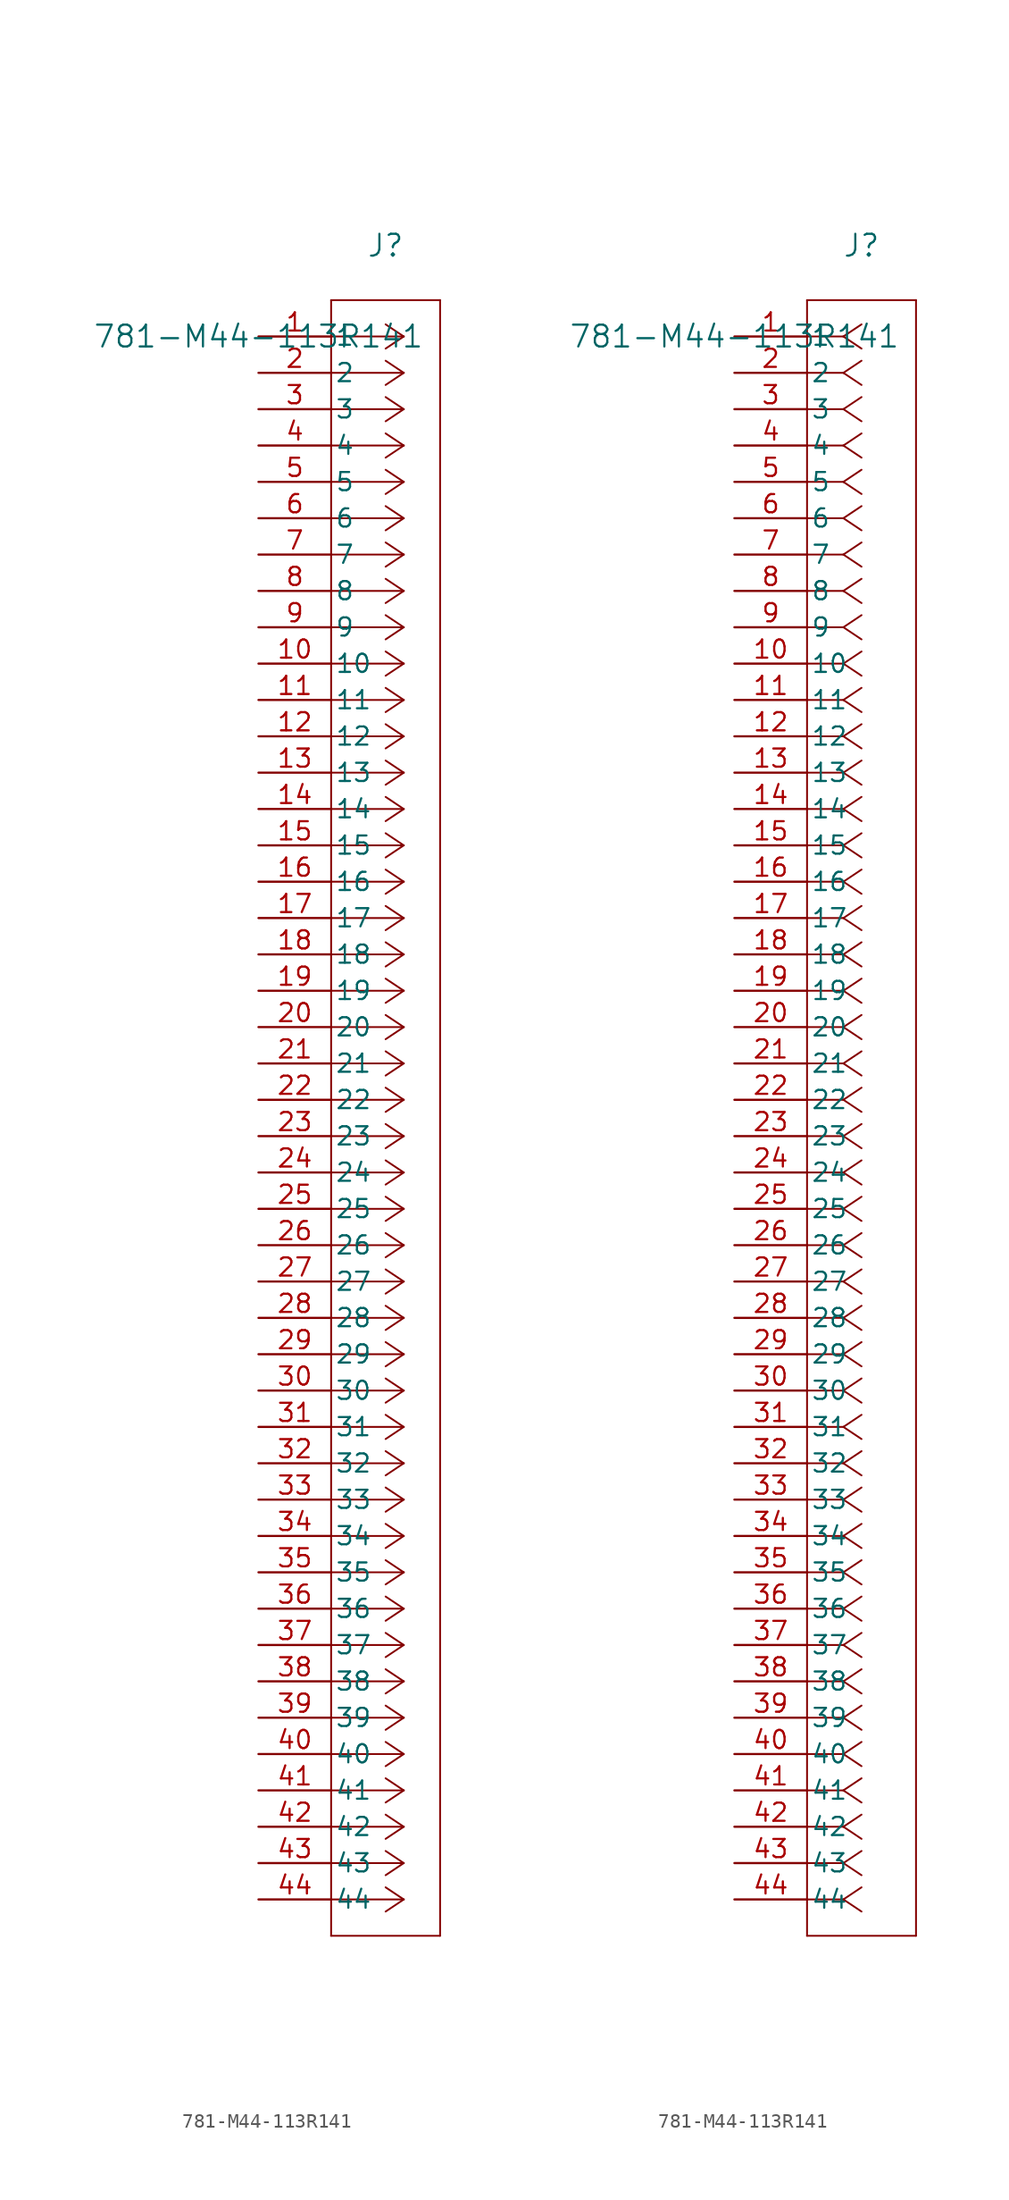
<source format=kicad_sym>
(kicad_symbol_lib
  (version 20231120)
  (generator "kicad_symbol_editor")
  (generator_version "8.0")
  (symbol "781-M44-113R141"
    (pin_names
      (offset 0.254))
    (property "Reference" "J"
      (at 8.89 6.35 0)
      (effects (font (size 1.524 1.524))))
    (property "Value" "781-M44-113R141"
      (at 0 0 0)
      (effects (font (size 1.524 1.524))))
    (property "ki_locked" ""
      (at 0 0 0)
      (effects (font (size 1.27 1.27))))
    (symbol "781-M44-113R141_1_1"
      (polyline (pts (xy 5.08 -111.76) (xy 12.7 -111.76)) (stroke (width 0.127) (type default)) (fill (type none)))
      (polyline (pts (xy 5.08 2.54) (xy 5.08 -111.76)) (stroke (width 0.127) (type default)) (fill (type none)))
      (polyline (pts (xy 10.16 -109.22) (xy 5.08 -109.22)) (stroke (width 0.127) (type default)) (fill (type none)))
      (polyline (pts (xy 10.16 -109.22) (xy 8.89 -110.067)) (stroke (width 0.127) (type default)) (fill (type none)))
      (polyline (pts (xy 10.16 -109.22) (xy 8.89 -108.373)) (stroke (width 0.127) (type default)) (fill (type none)))
      (polyline (pts (xy 10.16 -106.68) (xy 5.08 -106.68)) (stroke (width 0.127) (type default)) (fill (type none)))
      (polyline (pts (xy 10.16 -106.68) (xy 8.89 -107.527)) (stroke (width 0.127) (type default)) (fill (type none)))
      (polyline (pts (xy 10.16 -106.68) (xy 8.89 -105.833)) (stroke (width 0.127) (type default)) (fill (type none)))
      (polyline (pts (xy 10.16 -104.14) (xy 5.08 -104.14)) (stroke (width 0.127) (type default)) (fill (type none)))
      (polyline (pts (xy 10.16 -104.14) (xy 8.89 -104.987)) (stroke (width 0.127) (type default)) (fill (type none)))
      (polyline (pts (xy 10.16 -104.14) (xy 8.89 -103.293)) (stroke (width 0.127) (type default)) (fill (type none)))
      (polyline (pts (xy 10.16 -101.6) (xy 5.08 -101.6)) (stroke (width 0.127) (type default)) (fill (type none)))
      (polyline (pts (xy 10.16 -101.6) (xy 8.89 -102.447)) (stroke (width 0.127) (type default)) (fill (type none)))
      (polyline (pts (xy 10.16 -101.6) (xy 8.89 -100.753)) (stroke (width 0.127) (type default)) (fill (type none)))
      (polyline (pts (xy 10.16 -99.06) (xy 5.08 -99.06)) (stroke (width 0.127) (type default)) (fill (type none)))
      (polyline (pts (xy 10.16 -99.06) (xy 8.89 -99.907)) (stroke (width 0.127) (type default)) (fill (type none)))
      (polyline (pts (xy 10.16 -99.06) (xy 8.89 -98.213)) (stroke (width 0.127) (type default)) (fill (type none)))
      (polyline (pts (xy 10.16 -96.52) (xy 5.08 -96.52)) (stroke (width 0.127) (type default)) (fill (type none)))
      (polyline (pts (xy 10.16 -96.52) (xy 8.89 -97.367)) (stroke (width 0.127) (type default)) (fill (type none)))
      (polyline (pts (xy 10.16 -96.52) (xy 8.89 -95.673)) (stroke (width 0.127) (type default)) (fill (type none)))
      (polyline (pts (xy 10.16 -93.98) (xy 5.08 -93.98)) (stroke (width 0.127) (type default)) (fill (type none)))
      (polyline (pts (xy 10.16 -93.98) (xy 8.89 -94.827)) (stroke (width 0.127) (type default)) (fill (type none)))
      (polyline (pts (xy 10.16 -93.98) (xy 8.89 -93.133)) (stroke (width 0.127) (type default)) (fill (type none)))
      (polyline (pts (xy 10.16 -91.44) (xy 5.08 -91.44)) (stroke (width 0.127) (type default)) (fill (type none)))
      (polyline (pts (xy 10.16 -91.44) (xy 8.89 -92.287)) (stroke (width 0.127) (type default)) (fill (type none)))
      (polyline (pts (xy 10.16 -91.44) (xy 8.89 -90.593)) (stroke (width 0.127) (type default)) (fill (type none)))
      (polyline (pts (xy 10.16 -88.9) (xy 5.08 -88.9)) (stroke (width 0.127) (type default)) (fill (type none)))
      (polyline (pts (xy 10.16 -88.9) (xy 8.89 -89.747)) (stroke (width 0.127) (type default)) (fill (type none)))
      (polyline (pts (xy 10.16 -88.9) (xy 8.89 -88.053)) (stroke (width 0.127) (type default)) (fill (type none)))
      (polyline (pts (xy 10.16 -86.36) (xy 5.08 -86.36)) (stroke (width 0.127) (type default)) (fill (type none)))
      (polyline (pts (xy 10.16 -86.36) (xy 8.89 -87.207)) (stroke (width 0.127) (type default)) (fill (type none)))
      (polyline (pts (xy 10.16 -86.36) (xy 8.89 -85.513)) (stroke (width 0.127) (type default)) (fill (type none)))
      (polyline (pts (xy 10.16 -83.82) (xy 5.08 -83.82)) (stroke (width 0.127) (type default)) (fill (type none)))
      (polyline (pts (xy 10.16 -83.82) (xy 8.89 -84.667)) (stroke (width 0.127) (type default)) (fill (type none)))
      (polyline (pts (xy 10.16 -83.82) (xy 8.89 -82.973)) (stroke (width 0.127) (type default)) (fill (type none)))
      (polyline (pts (xy 10.16 -81.28) (xy 5.08 -81.28)) (stroke (width 0.127) (type default)) (fill (type none)))
      (polyline (pts (xy 10.16 -81.28) (xy 8.89 -82.127)) (stroke (width 0.127) (type default)) (fill (type none)))
      (polyline (pts (xy 10.16 -81.28) (xy 8.89 -80.433)) (stroke (width 0.127) (type default)) (fill (type none)))
      (polyline (pts (xy 10.16 -78.74) (xy 5.08 -78.74)) (stroke (width 0.127) (type default)) (fill (type none)))
      (polyline (pts (xy 10.16 -78.74) (xy 8.89 -79.587)) (stroke (width 0.127) (type default)) (fill (type none)))
      (polyline (pts (xy 10.16 -78.74) (xy 8.89 -77.893)) (stroke (width 0.127) (type default)) (fill (type none)))
      (polyline (pts (xy 10.16 -76.2) (xy 5.08 -76.2)) (stroke (width 0.127) (type default)) (fill (type none)))
      (polyline (pts (xy 10.16 -76.2) (xy 8.89 -77.047)) (stroke (width 0.127) (type default)) (fill (type none)))
      (polyline (pts (xy 10.16 -76.2) (xy 8.89 -75.353)) (stroke (width 0.127) (type default)) (fill (type none)))
      (polyline (pts (xy 10.16 -73.66) (xy 5.08 -73.66)) (stroke (width 0.127) (type default)) (fill (type none)))
      (polyline (pts (xy 10.16 -73.66) (xy 8.89 -74.507)) (stroke (width 0.127) (type default)) (fill (type none)))
      (polyline (pts (xy 10.16 -73.66) (xy 8.89 -72.813)) (stroke (width 0.127) (type default)) (fill (type none)))
      (polyline (pts (xy 10.16 -71.12) (xy 5.08 -71.12)) (stroke (width 0.127) (type default)) (fill (type none)))
      (polyline (pts (xy 10.16 -71.12) (xy 8.89 -71.967)) (stroke (width 0.127) (type default)) (fill (type none)))
      (polyline (pts (xy 10.16 -71.12) (xy 8.89 -70.273)) (stroke (width 0.127) (type default)) (fill (type none)))
      (polyline (pts (xy 10.16 -68.58) (xy 5.08 -68.58)) (stroke (width 0.127) (type default)) (fill (type none)))
      (polyline (pts (xy 10.16 -68.58) (xy 8.89 -69.427)) (stroke (width 0.127) (type default)) (fill (type none)))
      (polyline (pts (xy 10.16 -68.58) (xy 8.89 -67.733)) (stroke (width 0.127) (type default)) (fill (type none)))
      (polyline (pts (xy 10.16 -66.04) (xy 5.08 -66.04)) (stroke (width 0.127) (type default)) (fill (type none)))
      (polyline (pts (xy 10.16 -66.04) (xy 8.89 -66.887)) (stroke (width 0.127) (type default)) (fill (type none)))
      (polyline (pts (xy 10.16 -66.04) (xy 8.89 -65.193)) (stroke (width 0.127) (type default)) (fill (type none)))
      (polyline (pts (xy 10.16 -63.5) (xy 5.08 -63.5)) (stroke (width 0.127) (type default)) (fill (type none)))
      (polyline (pts (xy 10.16 -63.5) (xy 8.89 -64.347)) (stroke (width 0.127) (type default)) (fill (type none)))
      (polyline (pts (xy 10.16 -63.5) (xy 8.89 -62.653)) (stroke (width 0.127) (type default)) (fill (type none)))
      (polyline (pts (xy 10.16 -60.96) (xy 5.08 -60.96)) (stroke (width 0.127) (type default)) (fill (type none)))
      (polyline (pts (xy 10.16 -60.96) (xy 8.89 -61.807)) (stroke (width 0.127) (type default)) (fill (type none)))
      (polyline (pts (xy 10.16 -60.96) (xy 8.89 -60.113)) (stroke (width 0.127) (type default)) (fill (type none)))
      (polyline (pts (xy 10.16 -58.42) (xy 5.08 -58.42)) (stroke (width 0.127) (type default)) (fill (type none)))
      (polyline (pts (xy 10.16 -58.42) (xy 8.89 -59.267)) (stroke (width 0.127) (type default)) (fill (type none)))
      (polyline (pts (xy 10.16 -58.42) (xy 8.89 -57.573)) (stroke (width 0.127) (type default)) (fill (type none)))
      (polyline (pts (xy 10.16 -55.88) (xy 5.08 -55.88)) (stroke (width 0.127) (type default)) (fill (type none)))
      (polyline (pts (xy 10.16 -55.88) (xy 8.89 -56.727)) (stroke (width 0.127) (type default)) (fill (type none)))
      (polyline (pts (xy 10.16 -55.88) (xy 8.89 -55.033)) (stroke (width 0.127) (type default)) (fill (type none)))
      (polyline (pts (xy 10.16 -53.34) (xy 5.08 -53.34)) (stroke (width 0.127) (type default)) (fill (type none)))
      (polyline (pts (xy 10.16 -53.34) (xy 8.89 -54.187)) (stroke (width 0.127) (type default)) (fill (type none)))
      (polyline (pts (xy 10.16 -53.34) (xy 8.89 -52.493)) (stroke (width 0.127) (type default)) (fill (type none)))
      (polyline (pts (xy 10.16 -50.8) (xy 5.08 -50.8)) (stroke (width 0.127) (type default)) (fill (type none)))
      (polyline (pts (xy 10.16 -50.8) (xy 8.89 -51.647)) (stroke (width 0.127) (type default)) (fill (type none)))
      (polyline (pts (xy 10.16 -50.8) (xy 8.89 -49.953)) (stroke (width 0.127) (type default)) (fill (type none)))
      (polyline (pts (xy 10.16 -48.26) (xy 5.08 -48.26)) (stroke (width 0.127) (type default)) (fill (type none)))
      (polyline (pts (xy 10.16 -48.26) (xy 8.89 -49.107)) (stroke (width 0.127) (type default)) (fill (type none)))
      (polyline (pts (xy 10.16 -48.26) (xy 8.89 -47.413)) (stroke (width 0.127) (type default)) (fill (type none)))
      (polyline (pts (xy 10.16 -45.72) (xy 5.08 -45.72)) (stroke (width 0.127) (type default)) (fill (type none)))
      (polyline (pts (xy 10.16 -45.72) (xy 8.89 -46.567)) (stroke (width 0.127) (type default)) (fill (type none)))
      (polyline (pts (xy 10.16 -45.72) (xy 8.89 -44.873)) (stroke (width 0.127) (type default)) (fill (type none)))
      (polyline (pts (xy 10.16 -43.18) (xy 5.08 -43.18)) (stroke (width 0.127) (type default)) (fill (type none)))
      (polyline (pts (xy 10.16 -43.18) (xy 8.89 -44.027)) (stroke (width 0.127) (type default)) (fill (type none)))
      (polyline (pts (xy 10.16 -43.18) (xy 8.89 -42.333)) (stroke (width 0.127) (type default)) (fill (type none)))
      (polyline (pts (xy 10.16 -40.64) (xy 5.08 -40.64)) (stroke (width 0.127) (type default)) (fill (type none)))
      (polyline (pts (xy 10.16 -40.64) (xy 8.89 -41.487)) (stroke (width 0.127) (type default)) (fill (type none)))
      (polyline (pts (xy 10.16 -40.64) (xy 8.89 -39.793)) (stroke (width 0.127) (type default)) (fill (type none)))
      (polyline (pts (xy 10.16 -38.1) (xy 5.08 -38.1)) (stroke (width 0.127) (type default)) (fill (type none)))
      (polyline (pts (xy 10.16 -38.1) (xy 8.89 -38.947)) (stroke (width 0.127) (type default)) (fill (type none)))
      (polyline (pts (xy 10.16 -38.1) (xy 8.89 -37.253)) (stroke (width 0.127) (type default)) (fill (type none)))
      (polyline (pts (xy 10.16 -35.56) (xy 5.08 -35.56)) (stroke (width 0.127) (type default)) (fill (type none)))
      (polyline (pts (xy 10.16 -35.56) (xy 8.89 -36.407)) (stroke (width 0.127) (type default)) (fill (type none)))
      (polyline (pts (xy 10.16 -35.56) (xy 8.89 -34.713)) (stroke (width 0.127) (type default)) (fill (type none)))
      (polyline (pts (xy 10.16 -33.02) (xy 5.08 -33.02)) (stroke (width 0.127) (type default)) (fill (type none)))
      (polyline (pts (xy 10.16 -33.02) (xy 8.89 -33.867)) (stroke (width 0.127) (type default)) (fill (type none)))
      (polyline (pts (xy 10.16 -33.02) (xy 8.89 -32.173)) (stroke (width 0.127) (type default)) (fill (type none)))
      (polyline (pts (xy 10.16 -30.48) (xy 5.08 -30.48)) (stroke (width 0.127) (type default)) (fill (type none)))
      (polyline (pts (xy 10.16 -30.48) (xy 8.89 -31.327)) (stroke (width 0.127) (type default)) (fill (type none)))
      (polyline (pts (xy 10.16 -30.48) (xy 8.89 -29.633)) (stroke (width 0.127) (type default)) (fill (type none)))
      (polyline (pts (xy 10.16 -27.94) (xy 5.08 -27.94)) (stroke (width 0.127) (type default)) (fill (type none)))
      (polyline (pts (xy 10.16 -27.94) (xy 8.89 -28.787)) (stroke (width 0.127) (type default)) (fill (type none)))
      (polyline (pts (xy 10.16 -27.94) (xy 8.89 -27.093)) (stroke (width 0.127) (type default)) (fill (type none)))
      (polyline (pts (xy 10.16 -25.4) (xy 5.08 -25.4)) (stroke (width 0.127) (type default)) (fill (type none)))
      (polyline (pts (xy 10.16 -25.4) (xy 8.89 -26.247)) (stroke (width 0.127) (type default)) (fill (type none)))
      (polyline (pts (xy 10.16 -25.4) (xy 8.89 -24.553)) (stroke (width 0.127) (type default)) (fill (type none)))
      (polyline (pts (xy 10.16 -22.86) (xy 5.08 -22.86)) (stroke (width 0.127) (type default)) (fill (type none)))
      (polyline (pts (xy 10.16 -22.86) (xy 8.89 -23.707)) (stroke (width 0.127) (type default)) (fill (type none)))
      (polyline (pts (xy 10.16 -22.86) (xy 8.89 -22.013)) (stroke (width 0.127) (type default)) (fill (type none)))
      (polyline (pts (xy 10.16 -20.32) (xy 5.08 -20.32)) (stroke (width 0.127) (type default)) (fill (type none)))
      (polyline (pts (xy 10.16 -20.32) (xy 8.89 -21.167)) (stroke (width 0.127) (type default)) (fill (type none)))
      (polyline (pts (xy 10.16 -20.32) (xy 8.89 -19.473)) (stroke (width 0.127) (type default)) (fill (type none)))
      (polyline (pts (xy 10.16 -17.78) (xy 5.08 -17.78)) (stroke (width 0.127) (type default)) (fill (type none)))
      (polyline (pts (xy 10.16 -17.78) (xy 8.89 -18.627)) (stroke (width 0.127) (type default)) (fill (type none)))
      (polyline (pts (xy 10.16 -17.78) (xy 8.89 -16.933)) (stroke (width 0.127) (type default)) (fill (type none)))
      (polyline (pts (xy 10.16 -15.24) (xy 5.08 -15.24)) (stroke (width 0.127) (type default)) (fill (type none)))
      (polyline (pts (xy 10.16 -15.24) (xy 8.89 -16.087)) (stroke (width 0.127) (type default)) (fill (type none)))
      (polyline (pts (xy 10.16 -15.24) (xy 8.89 -14.393)) (stroke (width 0.127) (type default)) (fill (type none)))
      (polyline (pts (xy 10.16 -12.7) (xy 5.08 -12.7)) (stroke (width 0.127) (type default)) (fill (type none)))
      (polyline (pts (xy 10.16 -12.7) (xy 8.89 -13.547)) (stroke (width 0.127) (type default)) (fill (type none)))
      (polyline (pts (xy 10.16 -12.7) (xy 8.89 -11.853)) (stroke (width 0.127) (type default)) (fill (type none)))
      (polyline (pts (xy 10.16 -10.16) (xy 5.08 -10.16)) (stroke (width 0.127) (type default)) (fill (type none)))
      (polyline (pts (xy 10.16 -10.16) (xy 8.89 -11.007)) (stroke (width 0.127) (type default)) (fill (type none)))
      (polyline (pts (xy 10.16 -10.16) (xy 8.89 -9.313)) (stroke (width 0.127) (type default)) (fill (type none)))
      (polyline (pts (xy 10.16 -7.62) (xy 5.08 -7.62)) (stroke (width 0.127) (type default)) (fill (type none)))
      (polyline (pts (xy 10.16 -7.62) (xy 8.89 -8.467)) (stroke (width 0.127) (type default)) (fill (type none)))
      (polyline (pts (xy 10.16 -7.62) (xy 8.89 -6.773)) (stroke (width 0.127) (type default)) (fill (type none)))
      (polyline (pts (xy 10.16 -5.08) (xy 5.08 -5.08)) (stroke (width 0.127) (type default)) (fill (type none)))
      (polyline (pts (xy 10.16 -5.08) (xy 8.89 -5.927)) (stroke (width 0.127) (type default)) (fill (type none)))
      (polyline (pts (xy 10.16 -5.08) (xy 8.89 -4.233)) (stroke (width 0.127) (type default)) (fill (type none)))
      (polyline (pts (xy 10.16 -2.54) (xy 5.08 -2.54)) (stroke (width 0.127) (type default)) (fill (type none)))
      (polyline (pts (xy 10.16 -2.54) (xy 8.89 -3.387)) (stroke (width 0.127) (type default)) (fill (type none)))
      (polyline (pts (xy 10.16 -2.54) (xy 8.89 -1.693)) (stroke (width 0.127) (type default)) (fill (type none)))
      (polyline (pts (xy 10.16 0) (xy 5.08 0)) (stroke (width 0.127) (type default)) (fill (type none)))
      (polyline (pts (xy 10.16 0) (xy 8.89 -0.847)) (stroke (width 0.127) (type default)) (fill (type none)))
      (polyline (pts (xy 10.16 0) (xy 8.89 0.847)) (stroke (width 0.127) (type default)) (fill (type none)))
      (polyline (pts (xy 12.7 -111.76) (xy 12.7 2.54)) (stroke (width 0.127) (type default)) (fill (type none)))
      (polyline (pts (xy 12.7 2.54) (xy 5.08 2.54)) (stroke (width 0.127) (type default)) (fill (type none)))
      (pin unspecified line (at 0 0 0) (length 5.08) (name "1" (effects (font (size 1.27 1.27)))) (number "1" (effects (font (size 1.27 1.27)))))
      (pin unspecified line (at 0 -22.86 0) (length 5.08) (name "10" (effects (font (size 1.27 1.27)))) (number "10" (effects (font (size 1.27 1.27)))))
      (pin unspecified line (at 0 -25.4 0) (length 5.08) (name "11" (effects (font (size 1.27 1.27)))) (number "11" (effects (font (size 1.27 1.27)))))
      (pin unspecified line (at 0 -27.94 0) (length 5.08) (name "12" (effects (font (size 1.27 1.27)))) (number "12" (effects (font (size 1.27 1.27)))))
      (pin unspecified line (at 0 -30.48 0) (length 5.08) (name "13" (effects (font (size 1.27 1.27)))) (number "13" (effects (font (size 1.27 1.27)))))
      (pin unspecified line (at 0 -33.02 0) (length 5.08) (name "14" (effects (font (size 1.27 1.27)))) (number "14" (effects (font (size 1.27 1.27)))))
      (pin unspecified line (at 0 -35.56 0) (length 5.08) (name "15" (effects (font (size 1.27 1.27)))) (number "15" (effects (font (size 1.27 1.27)))))
      (pin unspecified line (at 0 -38.1 0) (length 5.08) (name "16" (effects (font (size 1.27 1.27)))) (number "16" (effects (font (size 1.27 1.27)))))
      (pin unspecified line (at 0 -40.64 0) (length 5.08) (name "17" (effects (font (size 1.27 1.27)))) (number "17" (effects (font (size 1.27 1.27)))))
      (pin unspecified line (at 0 -43.18 0) (length 5.08) (name "18" (effects (font (size 1.27 1.27)))) (number "18" (effects (font (size 1.27 1.27)))))
      (pin unspecified line (at 0 -45.72 0) (length 5.08) (name "19" (effects (font (size 1.27 1.27)))) (number "19" (effects (font (size 1.27 1.27)))))
      (pin unspecified line (at 0 -2.54 0) (length 5.08) (name "2" (effects (font (size 1.27 1.27)))) (number "2" (effects (font (size 1.27 1.27)))))
      (pin unspecified line (at 0 -48.26 0) (length 5.08) (name "20" (effects (font (size 1.27 1.27)))) (number "20" (effects (font (size 1.27 1.27)))))
      (pin unspecified line (at 0 -50.8 0) (length 5.08) (name "21" (effects (font (size 1.27 1.27)))) (number "21" (effects (font (size 1.27 1.27)))))
      (pin unspecified line (at 0 -53.34 0) (length 5.08) (name "22" (effects (font (size 1.27 1.27)))) (number "22" (effects (font (size 1.27 1.27)))))
      (pin unspecified line (at 0 -55.88 0) (length 5.08) (name "23" (effects (font (size 1.27 1.27)))) (number "23" (effects (font (size 1.27 1.27)))))
      (pin unspecified line (at 0 -58.42 0) (length 5.08) (name "24" (effects (font (size 1.27 1.27)))) (number "24" (effects (font (size 1.27 1.27)))))
      (pin unspecified line (at 0 -60.96 0) (length 5.08) (name "25" (effects (font (size 1.27 1.27)))) (number "25" (effects (font (size 1.27 1.27)))))
      (pin unspecified line (at 0 -63.5 0) (length 5.08) (name "26" (effects (font (size 1.27 1.27)))) (number "26" (effects (font (size 1.27 1.27)))))
      (pin unspecified line (at 0 -66.04 0) (length 5.08) (name "27" (effects (font (size 1.27 1.27)))) (number "27" (effects (font (size 1.27 1.27)))))
      (pin unspecified line (at 0 -68.58 0) (length 5.08) (name "28" (effects (font (size 1.27 1.27)))) (number "28" (effects (font (size 1.27 1.27)))))
      (pin unspecified line (at 0 -71.12 0) (length 5.08) (name "29" (effects (font (size 1.27 1.27)))) (number "29" (effects (font (size 1.27 1.27)))))
      (pin unspecified line (at 0 -5.08 0) (length 5.08) (name "3" (effects (font (size 1.27 1.27)))) (number "3" (effects (font (size 1.27 1.27)))))
      (pin unspecified line (at 0 -73.66 0) (length 5.08) (name "30" (effects (font (size 1.27 1.27)))) (number "30" (effects (font (size 1.27 1.27)))))
      (pin unspecified line (at 0 -76.2 0) (length 5.08) (name "31" (effects (font (size 1.27 1.27)))) (number "31" (effects (font (size 1.27 1.27)))))
      (pin unspecified line (at 0 -78.74 0) (length 5.08) (name "32" (effects (font (size 1.27 1.27)))) (number "32" (effects (font (size 1.27 1.27)))))
      (pin unspecified line (at 0 -81.28 0) (length 5.08) (name "33" (effects (font (size 1.27 1.27)))) (number "33" (effects (font (size 1.27 1.27)))))
      (pin unspecified line (at 0 -83.82 0) (length 5.08) (name "34" (effects (font (size 1.27 1.27)))) (number "34" (effects (font (size 1.27 1.27)))))
      (pin unspecified line (at 0 -86.36 0) (length 5.08) (name "35" (effects (font (size 1.27 1.27)))) (number "35" (effects (font (size 1.27 1.27)))))
      (pin unspecified line (at 0 -88.9 0) (length 5.08) (name "36" (effects (font (size 1.27 1.27)))) (number "36" (effects (font (size 1.27 1.27)))))
      (pin unspecified line (at 0 -91.44 0) (length 5.08) (name "37" (effects (font (size 1.27 1.27)))) (number "37" (effects (font (size 1.27 1.27)))))
      (pin unspecified line (at 0 -93.98 0) (length 5.08) (name "38" (effects (font (size 1.27 1.27)))) (number "38" (effects (font (size 1.27 1.27)))))
      (pin unspecified line (at 0 -96.52 0) (length 5.08) (name "39" (effects (font (size 1.27 1.27)))) (number "39" (effects (font (size 1.27 1.27)))))
      (pin unspecified line (at 0 -7.62 0) (length 5.08) (name "4" (effects (font (size 1.27 1.27)))) (number "4" (effects (font (size 1.27 1.27)))))
      (pin unspecified line (at 0 -99.06 0) (length 5.08) (name "40" (effects (font (size 1.27 1.27)))) (number "40" (effects (font (size 1.27 1.27)))))
      (pin unspecified line (at 0 -101.6 0) (length 5.08) (name "41" (effects (font (size 1.27 1.27)))) (number "41" (effects (font (size 1.27 1.27)))))
      (pin unspecified line (at 0 -104.14 0) (length 5.08) (name "42" (effects (font (size 1.27 1.27)))) (number "42" (effects (font (size 1.27 1.27)))))
      (pin unspecified line (at 0 -106.68 0) (length 5.08) (name "43" (effects (font (size 1.27 1.27)))) (number "43" (effects (font (size 1.27 1.27)))))
      (pin unspecified line (at 0 -109.22 0) (length 5.08) (name "44" (effects (font (size 1.27 1.27)))) (number "44" (effects (font (size 1.27 1.27)))))
      (pin unspecified line (at 0 -10.16 0) (length 5.08) (name "5" (effects (font (size 1.27 1.27)))) (number "5" (effects (font (size 1.27 1.27)))))
      (pin unspecified line (at 0 -12.7 0) (length 5.08) (name "6" (effects (font (size 1.27 1.27)))) (number "6" (effects (font (size 1.27 1.27)))))
      (pin unspecified line (at 0 -15.24 0) (length 5.08) (name "7" (effects (font (size 1.27 1.27)))) (number "7" (effects (font (size 1.27 1.27)))))
      (pin unspecified line (at 0 -17.78 0) (length 5.08) (name "8" (effects (font (size 1.27 1.27)))) (number "8" (effects (font (size 1.27 1.27)))))
      (pin unspecified line (at 0 -20.32 0) (length 5.08) (name "9" (effects (font (size 1.27 1.27)))) (number "9" (effects (font (size 1.27 1.27))))))
    (symbol "781-M44-113R141_1_2"
      (polyline (pts (xy 5.08 -111.76) (xy 12.7 -111.76)) (stroke (width 0.127) (type default)) (fill (type none)))
      (polyline (pts (xy 5.08 2.54) (xy 5.08 -111.76)) (stroke (width 0.127) (type default)) (fill (type none)))
      (polyline (pts (xy 7.62 -109.22) (xy 5.08 -109.22)) (stroke (width 0.127) (type default)) (fill (type none)))
      (polyline (pts (xy 7.62 -109.22) (xy 8.89 -110.067)) (stroke (width 0.127) (type default)) (fill (type none)))
      (polyline (pts (xy 7.62 -109.22) (xy 8.89 -108.373)) (stroke (width 0.127) (type default)) (fill (type none)))
      (polyline (pts (xy 7.62 -106.68) (xy 5.08 -106.68)) (stroke (width 0.127) (type default)) (fill (type none)))
      (polyline (pts (xy 7.62 -106.68) (xy 8.89 -107.527)) (stroke (width 0.127) (type default)) (fill (type none)))
      (polyline (pts (xy 7.62 -106.68) (xy 8.89 -105.833)) (stroke (width 0.127) (type default)) (fill (type none)))
      (polyline (pts (xy 7.62 -104.14) (xy 5.08 -104.14)) (stroke (width 0.127) (type default)) (fill (type none)))
      (polyline (pts (xy 7.62 -104.14) (xy 8.89 -104.987)) (stroke (width 0.127) (type default)) (fill (type none)))
      (polyline (pts (xy 7.62 -104.14) (xy 8.89 -103.293)) (stroke (width 0.127) (type default)) (fill (type none)))
      (polyline (pts (xy 7.62 -101.6) (xy 5.08 -101.6)) (stroke (width 0.127) (type default)) (fill (type none)))
      (polyline (pts (xy 7.62 -101.6) (xy 8.89 -102.447)) (stroke (width 0.127) (type default)) (fill (type none)))
      (polyline (pts (xy 7.62 -101.6) (xy 8.89 -100.753)) (stroke (width 0.127) (type default)) (fill (type none)))
      (polyline (pts (xy 7.62 -99.06) (xy 5.08 -99.06)) (stroke (width 0.127) (type default)) (fill (type none)))
      (polyline (pts (xy 7.62 -99.06) (xy 8.89 -99.907)) (stroke (width 0.127) (type default)) (fill (type none)))
      (polyline (pts (xy 7.62 -99.06) (xy 8.89 -98.213)) (stroke (width 0.127) (type default)) (fill (type none)))
      (polyline (pts (xy 7.62 -96.52) (xy 5.08 -96.52)) (stroke (width 0.127) (type default)) (fill (type none)))
      (polyline (pts (xy 7.62 -96.52) (xy 8.89 -97.367)) (stroke (width 0.127) (type default)) (fill (type none)))
      (polyline (pts (xy 7.62 -96.52) (xy 8.89 -95.673)) (stroke (width 0.127) (type default)) (fill (type none)))
      (polyline (pts (xy 7.62 -93.98) (xy 5.08 -93.98)) (stroke (width 0.127) (type default)) (fill (type none)))
      (polyline (pts (xy 7.62 -93.98) (xy 8.89 -94.827)) (stroke (width 0.127) (type default)) (fill (type none)))
      (polyline (pts (xy 7.62 -93.98) (xy 8.89 -93.133)) (stroke (width 0.127) (type default)) (fill (type none)))
      (polyline (pts (xy 7.62 -91.44) (xy 5.08 -91.44)) (stroke (width 0.127) (type default)) (fill (type none)))
      (polyline (pts (xy 7.62 -91.44) (xy 8.89 -92.287)) (stroke (width 0.127) (type default)) (fill (type none)))
      (polyline (pts (xy 7.62 -91.44) (xy 8.89 -90.593)) (stroke (width 0.127) (type default)) (fill (type none)))
      (polyline (pts (xy 7.62 -88.9) (xy 5.08 -88.9)) (stroke (width 0.127) (type default)) (fill (type none)))
      (polyline (pts (xy 7.62 -88.9) (xy 8.89 -89.747)) (stroke (width 0.127) (type default)) (fill (type none)))
      (polyline (pts (xy 7.62 -88.9) (xy 8.89 -88.053)) (stroke (width 0.127) (type default)) (fill (type none)))
      (polyline (pts (xy 7.62 -86.36) (xy 5.08 -86.36)) (stroke (width 0.127) (type default)) (fill (type none)))
      (polyline (pts (xy 7.62 -86.36) (xy 8.89 -87.207)) (stroke (width 0.127) (type default)) (fill (type none)))
      (polyline (pts (xy 7.62 -86.36) (xy 8.89 -85.513)) (stroke (width 0.127) (type default)) (fill (type none)))
      (polyline (pts (xy 7.62 -83.82) (xy 5.08 -83.82)) (stroke (width 0.127) (type default)) (fill (type none)))
      (polyline (pts (xy 7.62 -83.82) (xy 8.89 -84.667)) (stroke (width 0.127) (type default)) (fill (type none)))
      (polyline (pts (xy 7.62 -83.82) (xy 8.89 -82.973)) (stroke (width 0.127) (type default)) (fill (type none)))
      (polyline (pts (xy 7.62 -81.28) (xy 5.08 -81.28)) (stroke (width 0.127) (type default)) (fill (type none)))
      (polyline (pts (xy 7.62 -81.28) (xy 8.89 -82.127)) (stroke (width 0.127) (type default)) (fill (type none)))
      (polyline (pts (xy 7.62 -81.28) (xy 8.89 -80.433)) (stroke (width 0.127) (type default)) (fill (type none)))
      (polyline (pts (xy 7.62 -78.74) (xy 5.08 -78.74)) (stroke (width 0.127) (type default)) (fill (type none)))
      (polyline (pts (xy 7.62 -78.74) (xy 8.89 -79.587)) (stroke (width 0.127) (type default)) (fill (type none)))
      (polyline (pts (xy 7.62 -78.74) (xy 8.89 -77.893)) (stroke (width 0.127) (type default)) (fill (type none)))
      (polyline (pts (xy 7.62 -76.2) (xy 5.08 -76.2)) (stroke (width 0.127) (type default)) (fill (type none)))
      (polyline (pts (xy 7.62 -76.2) (xy 8.89 -77.047)) (stroke (width 0.127) (type default)) (fill (type none)))
      (polyline (pts (xy 7.62 -76.2) (xy 8.89 -75.353)) (stroke (width 0.127) (type default)) (fill (type none)))
      (polyline (pts (xy 7.62 -73.66) (xy 5.08 -73.66)) (stroke (width 0.127) (type default)) (fill (type none)))
      (polyline (pts (xy 7.62 -73.66) (xy 8.89 -74.507)) (stroke (width 0.127) (type default)) (fill (type none)))
      (polyline (pts (xy 7.62 -73.66) (xy 8.89 -72.813)) (stroke (width 0.127) (type default)) (fill (type none)))
      (polyline (pts (xy 7.62 -71.12) (xy 5.08 -71.12)) (stroke (width 0.127) (type default)) (fill (type none)))
      (polyline (pts (xy 7.62 -71.12) (xy 8.89 -71.967)) (stroke (width 0.127) (type default)) (fill (type none)))
      (polyline (pts (xy 7.62 -71.12) (xy 8.89 -70.273)) (stroke (width 0.127) (type default)) (fill (type none)))
      (polyline (pts (xy 7.62 -68.58) (xy 5.08 -68.58)) (stroke (width 0.127) (type default)) (fill (type none)))
      (polyline (pts (xy 7.62 -68.58) (xy 8.89 -69.427)) (stroke (width 0.127) (type default)) (fill (type none)))
      (polyline (pts (xy 7.62 -68.58) (xy 8.89 -67.733)) (stroke (width 0.127) (type default)) (fill (type none)))
      (polyline (pts (xy 7.62 -66.04) (xy 5.08 -66.04)) (stroke (width 0.127) (type default)) (fill (type none)))
      (polyline (pts (xy 7.62 -66.04) (xy 8.89 -66.887)) (stroke (width 0.127) (type default)) (fill (type none)))
      (polyline (pts (xy 7.62 -66.04) (xy 8.89 -65.193)) (stroke (width 0.127) (type default)) (fill (type none)))
      (polyline (pts (xy 7.62 -63.5) (xy 5.08 -63.5)) (stroke (width 0.127) (type default)) (fill (type none)))
      (polyline (pts (xy 7.62 -63.5) (xy 8.89 -64.347)) (stroke (width 0.127) (type default)) (fill (type none)))
      (polyline (pts (xy 7.62 -63.5) (xy 8.89 -62.653)) (stroke (width 0.127) (type default)) (fill (type none)))
      (polyline (pts (xy 7.62 -60.96) (xy 5.08 -60.96)) (stroke (width 0.127) (type default)) (fill (type none)))
      (polyline (pts (xy 7.62 -60.96) (xy 8.89 -61.807)) (stroke (width 0.127) (type default)) (fill (type none)))
      (polyline (pts (xy 7.62 -60.96) (xy 8.89 -60.113)) (stroke (width 0.127) (type default)) (fill (type none)))
      (polyline (pts (xy 7.62 -58.42) (xy 5.08 -58.42)) (stroke (width 0.127) (type default)) (fill (type none)))
      (polyline (pts (xy 7.62 -58.42) (xy 8.89 -59.267)) (stroke (width 0.127) (type default)) (fill (type none)))
      (polyline (pts (xy 7.62 -58.42) (xy 8.89 -57.573)) (stroke (width 0.127) (type default)) (fill (type none)))
      (polyline (pts (xy 7.62 -55.88) (xy 5.08 -55.88)) (stroke (width 0.127) (type default)) (fill (type none)))
      (polyline (pts (xy 7.62 -55.88) (xy 8.89 -56.727)) (stroke (width 0.127) (type default)) (fill (type none)))
      (polyline (pts (xy 7.62 -55.88) (xy 8.89 -55.033)) (stroke (width 0.127) (type default)) (fill (type none)))
      (polyline (pts (xy 7.62 -53.34) (xy 5.08 -53.34)) (stroke (width 0.127) (type default)) (fill (type none)))
      (polyline (pts (xy 7.62 -53.34) (xy 8.89 -54.187)) (stroke (width 0.127) (type default)) (fill (type none)))
      (polyline (pts (xy 7.62 -53.34) (xy 8.89 -52.493)) (stroke (width 0.127) (type default)) (fill (type none)))
      (polyline (pts (xy 7.62 -50.8) (xy 5.08 -50.8)) (stroke (width 0.127) (type default)) (fill (type none)))
      (polyline (pts (xy 7.62 -50.8) (xy 8.89 -51.647)) (stroke (width 0.127) (type default)) (fill (type none)))
      (polyline (pts (xy 7.62 -50.8) (xy 8.89 -49.953)) (stroke (width 0.127) (type default)) (fill (type none)))
      (polyline (pts (xy 7.62 -48.26) (xy 5.08 -48.26)) (stroke (width 0.127) (type default)) (fill (type none)))
      (polyline (pts (xy 7.62 -48.26) (xy 8.89 -49.107)) (stroke (width 0.127) (type default)) (fill (type none)))
      (polyline (pts (xy 7.62 -48.26) (xy 8.89 -47.413)) (stroke (width 0.127) (type default)) (fill (type none)))
      (polyline (pts (xy 7.62 -45.72) (xy 5.08 -45.72)) (stroke (width 0.127) (type default)) (fill (type none)))
      (polyline (pts (xy 7.62 -45.72) (xy 8.89 -46.567)) (stroke (width 0.127) (type default)) (fill (type none)))
      (polyline (pts (xy 7.62 -45.72) (xy 8.89 -44.873)) (stroke (width 0.127) (type default)) (fill (type none)))
      (polyline (pts (xy 7.62 -43.18) (xy 5.08 -43.18)) (stroke (width 0.127) (type default)) (fill (type none)))
      (polyline (pts (xy 7.62 -43.18) (xy 8.89 -44.027)) (stroke (width 0.127) (type default)) (fill (type none)))
      (polyline (pts (xy 7.62 -43.18) (xy 8.89 -42.333)) (stroke (width 0.127) (type default)) (fill (type none)))
      (polyline (pts (xy 7.62 -40.64) (xy 5.08 -40.64)) (stroke (width 0.127) (type default)) (fill (type none)))
      (polyline (pts (xy 7.62 -40.64) (xy 8.89 -41.487)) (stroke (width 0.127) (type default)) (fill (type none)))
      (polyline (pts (xy 7.62 -40.64) (xy 8.89 -39.793)) (stroke (width 0.127) (type default)) (fill (type none)))
      (polyline (pts (xy 7.62 -38.1) (xy 5.08 -38.1)) (stroke (width 0.127) (type default)) (fill (type none)))
      (polyline (pts (xy 7.62 -38.1) (xy 8.89 -38.947)) (stroke (width 0.127) (type default)) (fill (type none)))
      (polyline (pts (xy 7.62 -38.1) (xy 8.89 -37.253)) (stroke (width 0.127) (type default)) (fill (type none)))
      (polyline (pts (xy 7.62 -35.56) (xy 5.08 -35.56)) (stroke (width 0.127) (type default)) (fill (type none)))
      (polyline (pts (xy 7.62 -35.56) (xy 8.89 -36.407)) (stroke (width 0.127) (type default)) (fill (type none)))
      (polyline (pts (xy 7.62 -35.56) (xy 8.89 -34.713)) (stroke (width 0.127) (type default)) (fill (type none)))
      (polyline (pts (xy 7.62 -33.02) (xy 5.08 -33.02)) (stroke (width 0.127) (type default)) (fill (type none)))
      (polyline (pts (xy 7.62 -33.02) (xy 8.89 -33.867)) (stroke (width 0.127) (type default)) (fill (type none)))
      (polyline (pts (xy 7.62 -33.02) (xy 8.89 -32.173)) (stroke (width 0.127) (type default)) (fill (type none)))
      (polyline (pts (xy 7.62 -30.48) (xy 5.08 -30.48)) (stroke (width 0.127) (type default)) (fill (type none)))
      (polyline (pts (xy 7.62 -30.48) (xy 8.89 -31.327)) (stroke (width 0.127) (type default)) (fill (type none)))
      (polyline (pts (xy 7.62 -30.48) (xy 8.89 -29.633)) (stroke (width 0.127) (type default)) (fill (type none)))
      (polyline (pts (xy 7.62 -27.94) (xy 5.08 -27.94)) (stroke (width 0.127) (type default)) (fill (type none)))
      (polyline (pts (xy 7.62 -27.94) (xy 8.89 -28.787)) (stroke (width 0.127) (type default)) (fill (type none)))
      (polyline (pts (xy 7.62 -27.94) (xy 8.89 -27.093)) (stroke (width 0.127) (type default)) (fill (type none)))
      (polyline (pts (xy 7.62 -25.4) (xy 5.08 -25.4)) (stroke (width 0.127) (type default)) (fill (type none)))
      (polyline (pts (xy 7.62 -25.4) (xy 8.89 -26.247)) (stroke (width 0.127) (type default)) (fill (type none)))
      (polyline (pts (xy 7.62 -25.4) (xy 8.89 -24.553)) (stroke (width 0.127) (type default)) (fill (type none)))
      (polyline (pts (xy 7.62 -22.86) (xy 5.08 -22.86)) (stroke (width 0.127) (type default)) (fill (type none)))
      (polyline (pts (xy 7.62 -22.86) (xy 8.89 -23.707)) (stroke (width 0.127) (type default)) (fill (type none)))
      (polyline (pts (xy 7.62 -22.86) (xy 8.89 -22.013)) (stroke (width 0.127) (type default)) (fill (type none)))
      (polyline (pts (xy 7.62 -20.32) (xy 5.08 -20.32)) (stroke (width 0.127) (type default)) (fill (type none)))
      (polyline (pts (xy 7.62 -20.32) (xy 8.89 -21.167)) (stroke (width 0.127) (type default)) (fill (type none)))
      (polyline (pts (xy 7.62 -20.32) (xy 8.89 -19.473)) (stroke (width 0.127) (type default)) (fill (type none)))
      (polyline (pts (xy 7.62 -17.78) (xy 5.08 -17.78)) (stroke (width 0.127) (type default)) (fill (type none)))
      (polyline (pts (xy 7.62 -17.78) (xy 8.89 -18.627)) (stroke (width 0.127) (type default)) (fill (type none)))
      (polyline (pts (xy 7.62 -17.78) (xy 8.89 -16.933)) (stroke (width 0.127) (type default)) (fill (type none)))
      (polyline (pts (xy 7.62 -15.24) (xy 5.08 -15.24)) (stroke (width 0.127) (type default)) (fill (type none)))
      (polyline (pts (xy 7.62 -15.24) (xy 8.89 -16.087)) (stroke (width 0.127) (type default)) (fill (type none)))
      (polyline (pts (xy 7.62 -15.24) (xy 8.89 -14.393)) (stroke (width 0.127) (type default)) (fill (type none)))
      (polyline (pts (xy 7.62 -12.7) (xy 5.08 -12.7)) (stroke (width 0.127) (type default)) (fill (type none)))
      (polyline (pts (xy 7.62 -12.7) (xy 8.89 -13.547)) (stroke (width 0.127) (type default)) (fill (type none)))
      (polyline (pts (xy 7.62 -12.7) (xy 8.89 -11.853)) (stroke (width 0.127) (type default)) (fill (type none)))
      (polyline (pts (xy 7.62 -10.16) (xy 5.08 -10.16)) (stroke (width 0.127) (type default)) (fill (type none)))
      (polyline (pts (xy 7.62 -10.16) (xy 8.89 -11.007)) (stroke (width 0.127) (type default)) (fill (type none)))
      (polyline (pts (xy 7.62 -10.16) (xy 8.89 -9.313)) (stroke (width 0.127) (type default)) (fill (type none)))
      (polyline (pts (xy 7.62 -7.62) (xy 5.08 -7.62)) (stroke (width 0.127) (type default)) (fill (type none)))
      (polyline (pts (xy 7.62 -7.62) (xy 8.89 -8.467)) (stroke (width 0.127) (type default)) (fill (type none)))
      (polyline (pts (xy 7.62 -7.62) (xy 8.89 -6.773)) (stroke (width 0.127) (type default)) (fill (type none)))
      (polyline (pts (xy 7.62 -5.08) (xy 5.08 -5.08)) (stroke (width 0.127) (type default)) (fill (type none)))
      (polyline (pts (xy 7.62 -5.08) (xy 8.89 -5.927)) (stroke (width 0.127) (type default)) (fill (type none)))
      (polyline (pts (xy 7.62 -5.08) (xy 8.89 -4.233)) (stroke (width 0.127) (type default)) (fill (type none)))
      (polyline (pts (xy 7.62 -2.54) (xy 5.08 -2.54)) (stroke (width 0.127) (type default)) (fill (type none)))
      (polyline (pts (xy 7.62 -2.54) (xy 8.89 -3.387)) (stroke (width 0.127) (type default)) (fill (type none)))
      (polyline (pts (xy 7.62 -2.54) (xy 8.89 -1.693)) (stroke (width 0.127) (type default)) (fill (type none)))
      (polyline (pts (xy 7.62 0) (xy 5.08 0)) (stroke (width 0.127) (type default)) (fill (type none)))
      (polyline (pts (xy 7.62 0) (xy 8.89 -0.847)) (stroke (width 0.127) (type default)) (fill (type none)))
      (polyline (pts (xy 7.62 0) (xy 8.89 0.847)) (stroke (width 0.127) (type default)) (fill (type none)))
      (polyline (pts (xy 12.7 -111.76) (xy 12.7 2.54)) (stroke (width 0.127) (type default)) (fill (type none)))
      (polyline (pts (xy 12.7 2.54) (xy 5.08 2.54)) (stroke (width 0.127) (type default)) (fill (type none)))
      (pin unspecified line (at 0 0 0) (length 5.08) (name "1" (effects (font (size 1.27 1.27)))) (number "1" (effects (font (size 1.27 1.27)))))
      (pin unspecified line (at 0 -22.86 0) (length 5.08) (name "10" (effects (font (size 1.27 1.27)))) (number "10" (effects (font (size 1.27 1.27)))))
      (pin unspecified line (at 0 -25.4 0) (length 5.08) (name "11" (effects (font (size 1.27 1.27)))) (number "11" (effects (font (size 1.27 1.27)))))
      (pin unspecified line (at 0 -27.94 0) (length 5.08) (name "12" (effects (font (size 1.27 1.27)))) (number "12" (effects (font (size 1.27 1.27)))))
      (pin unspecified line (at 0 -30.48 0) (length 5.08) (name "13" (effects (font (size 1.27 1.27)))) (number "13" (effects (font (size 1.27 1.27)))))
      (pin unspecified line (at 0 -33.02 0) (length 5.08) (name "14" (effects (font (size 1.27 1.27)))) (number "14" (effects (font (size 1.27 1.27)))))
      (pin unspecified line (at 0 -35.56 0) (length 5.08) (name "15" (effects (font (size 1.27 1.27)))) (number "15" (effects (font (size 1.27 1.27)))))
      (pin unspecified line (at 0 -38.1 0) (length 5.08) (name "16" (effects (font (size 1.27 1.27)))) (number "16" (effects (font (size 1.27 1.27)))))
      (pin unspecified line (at 0 -40.64 0) (length 5.08) (name "17" (effects (font (size 1.27 1.27)))) (number "17" (effects (font (size 1.27 1.27)))))
      (pin unspecified line (at 0 -43.18 0) (length 5.08) (name "18" (effects (font (size 1.27 1.27)))) (number "18" (effects (font (size 1.27 1.27)))))
      (pin unspecified line (at 0 -45.72 0) (length 5.08) (name "19" (effects (font (size 1.27 1.27)))) (number "19" (effects (font (size 1.27 1.27)))))
      (pin unspecified line (at 0 -2.54 0) (length 5.08) (name "2" (effects (font (size 1.27 1.27)))) (number "2" (effects (font (size 1.27 1.27)))))
      (pin unspecified line (at 0 -48.26 0) (length 5.08) (name "20" (effects (font (size 1.27 1.27)))) (number "20" (effects (font (size 1.27 1.27)))))
      (pin unspecified line (at 0 -50.8 0) (length 5.08) (name "21" (effects (font (size 1.27 1.27)))) (number "21" (effects (font (size 1.27 1.27)))))
      (pin unspecified line (at 0 -53.34 0) (length 5.08) (name "22" (effects (font (size 1.27 1.27)))) (number "22" (effects (font (size 1.27 1.27)))))
      (pin unspecified line (at 0 -55.88 0) (length 5.08) (name "23" (effects (font (size 1.27 1.27)))) (number "23" (effects (font (size 1.27 1.27)))))
      (pin unspecified line (at 0 -58.42 0) (length 5.08) (name "24" (effects (font (size 1.27 1.27)))) (number "24" (effects (font (size 1.27 1.27)))))
      (pin unspecified line (at 0 -60.96 0) (length 5.08) (name "25" (effects (font (size 1.27 1.27)))) (number "25" (effects (font (size 1.27 1.27)))))
      (pin unspecified line (at 0 -63.5 0) (length 5.08) (name "26" (effects (font (size 1.27 1.27)))) (number "26" (effects (font (size 1.27 1.27)))))
      (pin unspecified line (at 0 -66.04 0) (length 5.08) (name "27" (effects (font (size 1.27 1.27)))) (number "27" (effects (font (size 1.27 1.27)))))
      (pin unspecified line (at 0 -68.58 0) (length 5.08) (name "28" (effects (font (size 1.27 1.27)))) (number "28" (effects (font (size 1.27 1.27)))))
      (pin unspecified line (at 0 -71.12 0) (length 5.08) (name "29" (effects (font (size 1.27 1.27)))) (number "29" (effects (font (size 1.27 1.27)))))
      (pin unspecified line (at 0 -5.08 0) (length 5.08) (name "3" (effects (font (size 1.27 1.27)))) (number "3" (effects (font (size 1.27 1.27)))))
      (pin unspecified line (at 0 -73.66 0) (length 5.08) (name "30" (effects (font (size 1.27 1.27)))) (number "30" (effects (font (size 1.27 1.27)))))
      (pin unspecified line (at 0 -76.2 0) (length 5.08) (name "31" (effects (font (size 1.27 1.27)))) (number "31" (effects (font (size 1.27 1.27)))))
      (pin unspecified line (at 0 -78.74 0) (length 5.08) (name "32" (effects (font (size 1.27 1.27)))) (number "32" (effects (font (size 1.27 1.27)))))
      (pin unspecified line (at 0 -81.28 0) (length 5.08) (name "33" (effects (font (size 1.27 1.27)))) (number "33" (effects (font (size 1.27 1.27)))))
      (pin unspecified line (at 0 -83.82 0) (length 5.08) (name "34" (effects (font (size 1.27 1.27)))) (number "34" (effects (font (size 1.27 1.27)))))
      (pin unspecified line (at 0 -86.36 0) (length 5.08) (name "35" (effects (font (size 1.27 1.27)))) (number "35" (effects (font (size 1.27 1.27)))))
      (pin unspecified line (at 0 -88.9 0) (length 5.08) (name "36" (effects (font (size 1.27 1.27)))) (number "36" (effects (font (size 1.27 1.27)))))
      (pin unspecified line (at 0 -91.44 0) (length 5.08) (name "37" (effects (font (size 1.27 1.27)))) (number "37" (effects (font (size 1.27 1.27)))))
      (pin unspecified line (at 0 -93.98 0) (length 5.08) (name "38" (effects (font (size 1.27 1.27)))) (number "38" (effects (font (size 1.27 1.27)))))
      (pin unspecified line (at 0 -96.52 0) (length 5.08) (name "39" (effects (font (size 1.27 1.27)))) (number "39" (effects (font (size 1.27 1.27)))))
      (pin unspecified line (at 0 -7.62 0) (length 5.08) (name "4" (effects (font (size 1.27 1.27)))) (number "4" (effects (font (size 1.27 1.27)))))
      (pin unspecified line (at 0 -99.06 0) (length 5.08) (name "40" (effects (font (size 1.27 1.27)))) (number "40" (effects (font (size 1.27 1.27)))))
      (pin unspecified line (at 0 -101.6 0) (length 5.08) (name "41" (effects (font (size 1.27 1.27)))) (number "41" (effects (font (size 1.27 1.27)))))
      (pin unspecified line (at 0 -104.14 0) (length 5.08) (name "42" (effects (font (size 1.27 1.27)))) (number "42" (effects (font (size 1.27 1.27)))))
      (pin unspecified line (at 0 -106.68 0) (length 5.08) (name "43" (effects (font (size 1.27 1.27)))) (number "43" (effects (font (size 1.27 1.27)))))
      (pin unspecified line (at 0 -109.22 0) (length 5.08) (name "44" (effects (font (size 1.27 1.27)))) (number "44" (effects (font (size 1.27 1.27)))))
      (pin unspecified line (at 0 -10.16 0) (length 5.08) (name "5" (effects (font (size 1.27 1.27)))) (number "5" (effects (font (size 1.27 1.27)))))
      (pin unspecified line (at 0 -12.7 0) (length 5.08) (name "6" (effects (font (size 1.27 1.27)))) (number "6" (effects (font (size 1.27 1.27)))))
      (pin unspecified line (at 0 -15.24 0) (length 5.08) (name "7" (effects (font (size 1.27 1.27)))) (number "7" (effects (font (size 1.27 1.27)))))
      (pin unspecified line (at 0 -17.78 0) (length 5.08) (name "8" (effects (font (size 1.27 1.27)))) (number "8" (effects (font (size 1.27 1.27)))))
      (pin unspecified line (at 0 -20.32 0) (length 5.08) (name "9" (effects (font (size 1.27 1.27)))) (number "9" (effects (font (size 1.27 1.27))))))))
</source>
